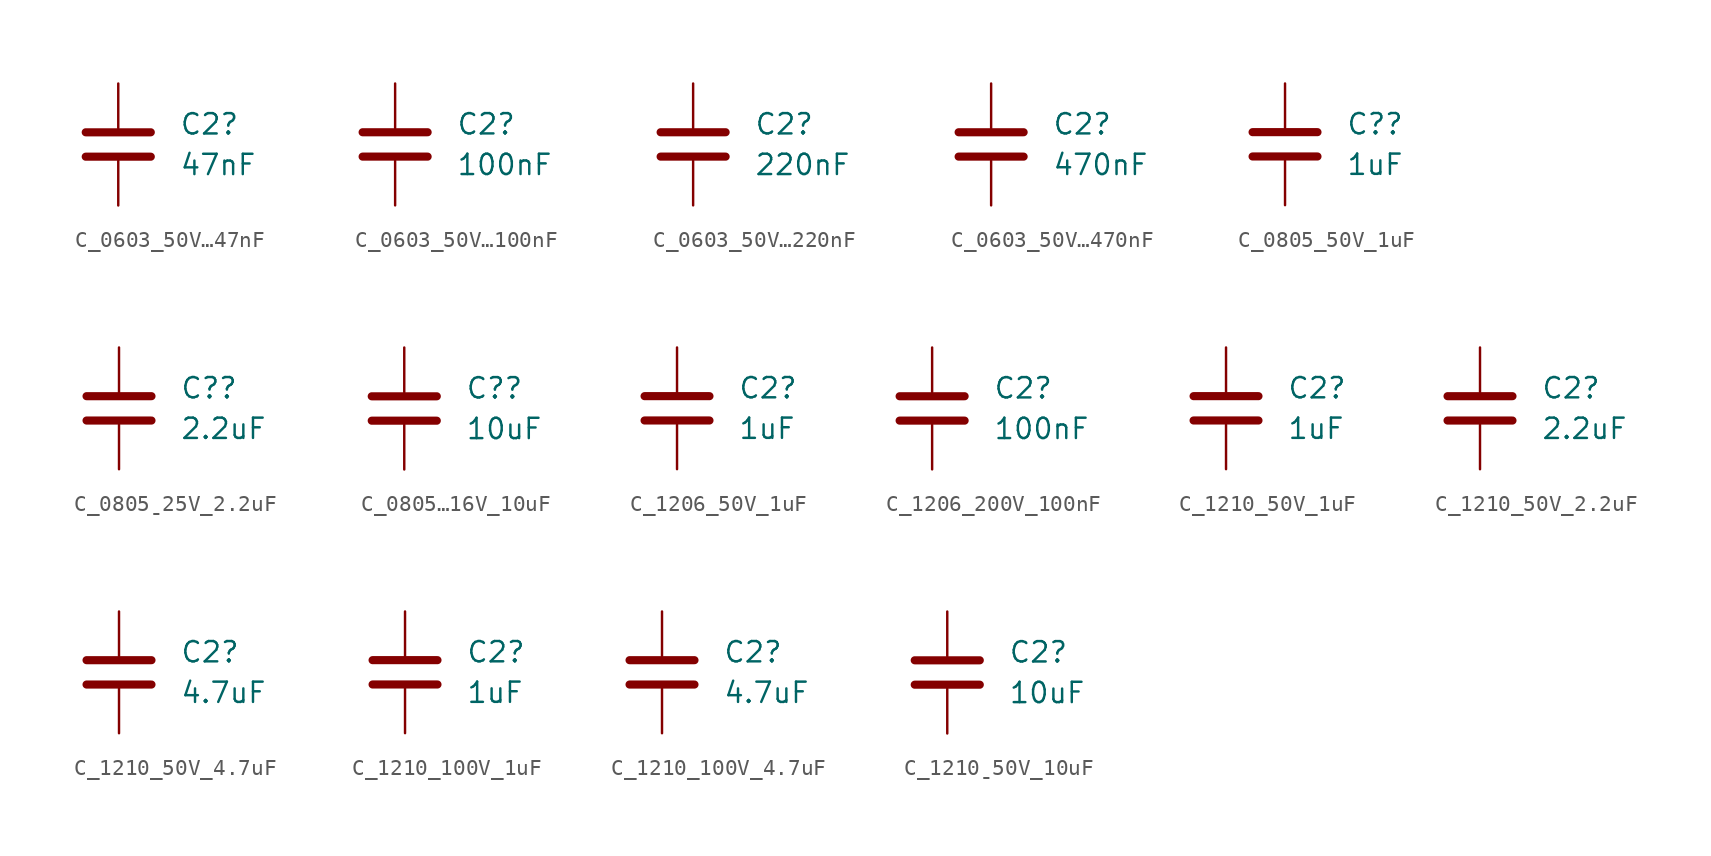
<source format=kicad_sym>
(kicad_symbol_lib
  (version 20231120)
  (generator "kicad_symbol_editor")
  (generator_version "8.0")
  (symbol "C_0603_50V…47nF"
    (pin_numbers hide)
    (pin_names
      (offset 0.254))
    (property "Reference" "C2"
      (at 3.81 1.27 0)
      (effects (font (size 1.27 1.27)) (justify left)))
    (property "Value" "47nF"
      (at 3.81 -1.27 0)
      (effects (font (size 1.27 1.27)) (justify left)))
    (symbol "C_0603_50V…47nF_0_1"
      (polyline (pts (xy -2.032 -0.762) (xy 2.032 -0.762)) (stroke (width 0.508) (type default)) (fill (type none)))
      (polyline (pts (xy -2.032 0.762) (xy 2.032 0.762)) (stroke (width 0.508) (type default)) (fill (type none))))
    (symbol "C_0603_50V…47nF_1_1"
      (pin passive line (at 0 3.81 270) (length 2.794) (name "~" (effects (font (size 1.27 1.27)))) (number "1" (effects (font (size 1.27 1.27)))))
      (pin passive line (at 0 -3.81 90) (length 2.794) (name "~" (effects (font (size 1.27 1.27)))) (number "2" (effects (font (size 1.27 1.27)))))))
  (symbol "C_0603_50V…100nF"
    (pin_numbers hide)
    (pin_names
      (offset 0.254))
    (property "Reference" "C2"
      (at 3.81 1.27 0)
      (effects (font (size 1.27 1.27)) (justify left)))
    (property "Value" "100nF"
      (at 3.81 -1.27 0)
      (effects (font (size 1.27 1.27)) (justify left)))
    (symbol "C_0603_50V…100nF_0_1"
      (polyline (pts (xy -2.032 -0.762) (xy 2.032 -0.762)) (stroke (width 0.508) (type default)) (fill (type none)))
      (polyline (pts (xy -2.032 0.762) (xy 2.032 0.762)) (stroke (width 0.508) (type default)) (fill (type none))))
    (symbol "C_0603_50V…100nF_1_1"
      (pin passive line (at 0 3.81 270) (length 2.794) (name "~" (effects (font (size 1.27 1.27)))) (number "1" (effects (font (size 1.27 1.27)))))
      (pin passive line (at 0 -3.81 90) (length 2.794) (name "~" (effects (font (size 1.27 1.27)))) (number "2" (effects (font (size 1.27 1.27)))))))
  (symbol "C_0603_50V…220nF"
    (pin_numbers hide)
    (pin_names
      (offset 0.254))
    (property "Reference" "C2"
      (at 3.81 1.27 0)
      (effects (font (size 1.27 1.27)) (justify left)))
    (property "Value" "220nF"
      (at 3.81 -1.27 0)
      (effects (font (size 1.27 1.27)) (justify left)))
    (symbol "C_0603_50V…220nF_0_1"
      (polyline (pts (xy -2.032 -0.762) (xy 2.032 -0.762)) (stroke (width 0.508) (type default)) (fill (type none)))
      (polyline (pts (xy -2.032 0.762) (xy 2.032 0.762)) (stroke (width 0.508) (type default)) (fill (type none))))
    (symbol "C_0603_50V…220nF_1_1"
      (pin passive line (at 0 3.81 270) (length 2.794) (name "~" (effects (font (size 1.27 1.27)))) (number "1" (effects (font (size 1.27 1.27)))))
      (pin passive line (at 0 -3.81 90) (length 2.794) (name "~" (effects (font (size 1.27 1.27)))) (number "2" (effects (font (size 1.27 1.27)))))))
  (symbol "C_0603_50V…470nF"
    (pin_numbers hide)
    (pin_names
      (offset 0.254))
    (property "Reference" "C2"
      (at 3.81 1.27 0)
      (effects (font (size 1.27 1.27)) (justify left)))
    (property "Value" "470nF"
      (at 3.81 -1.27 0)
      (effects (font (size 1.27 1.27)) (justify left)))
    (symbol "C_0603_50V…470nF_0_1"
      (polyline (pts (xy -2.032 -0.762) (xy 2.032 -0.762)) (stroke (width 0.508) (type default)) (fill (type none)))
      (polyline (pts (xy -2.032 0.762) (xy 2.032 0.762)) (stroke (width 0.508) (type default)) (fill (type none))))
    (symbol "C_0603_50V…470nF_1_1"
      (pin passive line (at 0 3.81 270) (length 2.794) (name "~" (effects (font (size 1.27 1.27)))) (number "1" (effects (font (size 1.27 1.27)))))
      (pin passive line (at 0 -3.81 90) (length 2.794) (name "~" (effects (font (size 1.27 1.27)))) (number "2" (effects (font (size 1.27 1.27)))))))
  (symbol "C_0805_50V_1uF"
    (pin_numbers hide)
    (pin_names
      (offset 0.254))
    (property "Reference" "C?"
      (at 3.81 1.27 0)
      (effects (font (size 1.27 1.27)) (justify left)))
    (property "Value" "1uF"
      (at 3.81 -1.27 0)
      (effects (font (size 1.27 1.27)) (justify left)))
    (symbol "C_0805_50V_1uF_0_1"
      (polyline (pts (xy -2.032 -0.762) (xy 2.032 -0.762)) (stroke (width 0.508) (type default)) (fill (type none)))
      (polyline (pts (xy -2.032 0.762) (xy 2.032 0.762)) (stroke (width 0.508) (type default)) (fill (type none))))
    (symbol "C_0805_50V_1uF_1_1"
      (pin passive line (at 0 3.81 270) (length 2.794) (name "~" (effects (font (size 1.27 1.27)))) (number "1" (effects (font (size 1.27 1.27)))))
      (pin passive line (at 0 -3.81 90) (length 2.794) (name "~" (effects (font (size 1.27 1.27)))) (number "2" (effects (font (size 1.27 1.27)))))))
  (symbol "C_0805ˍ25V_2.2uF"
    (pin_numbers hide)
    (pin_names
      (offset 0.254))
    (property "Reference" "C?"
      (at 3.81 1.27 0)
      (effects (font (size 1.27 1.27)) (justify left)))
    (property "Value" "2.2uF"
      (at 3.81 -1.27 0)
      (effects (font (size 1.27 1.27)) (justify left)))
    (symbol "C_0805ˍ25V_2.2uF_0_1"
      (polyline (pts (xy -2.032 -0.762) (xy 2.032 -0.762)) (stroke (width 0.508) (type default)) (fill (type none)))
      (polyline (pts (xy -2.032 0.762) (xy 2.032 0.762)) (stroke (width 0.508) (type default)) (fill (type none))))
    (symbol "C_0805ˍ25V_2.2uF_1_1"
      (pin passive line (at 0 3.81 270) (length 2.794) (name "~" (effects (font (size 1.27 1.27)))) (number "1" (effects (font (size 1.27 1.27)))))
      (pin passive line (at 0 -3.81 90) (length 2.794) (name "~" (effects (font (size 1.27 1.27)))) (number "2" (effects (font (size 1.27 1.27)))))))
  (symbol "C_0805…16V_10uF"
    (pin_numbers hide)
    (pin_names
      (offset 0.254))
    (property "Reference" "C?"
      (at 3.81 1.27 0)
      (effects (font (size 1.27 1.27)) (justify left)))
    (property "Value" "10uF"
      (at 3.81 -1.27 0)
      (effects (font (size 1.27 1.27)) (justify left)))
    (symbol "C_0805…16V_10uF_0_1"
      (polyline (pts (xy -2.032 -0.762) (xy 2.032 -0.762)) (stroke (width 0.508) (type default)) (fill (type none)))
      (polyline (pts (xy -2.032 0.762) (xy 2.032 0.762)) (stroke (width 0.508) (type default)) (fill (type none))))
    (symbol "C_0805…16V_10uF_1_1"
      (pin passive line (at 0 3.81 270) (length 2.794) (name "~" (effects (font (size 1.27 1.27)))) (number "1" (effects (font (size 1.27 1.27)))))
      (pin passive line (at 0 -3.81 90) (length 2.794) (name "~" (effects (font (size 1.27 1.27)))) (number "2" (effects (font (size 1.27 1.27)))))))
  (symbol "C_1206_50V_1uF"
    (pin_numbers hide)
    (pin_names
      (offset 0.254))
    (property "Reference" "C2"
      (at 3.81 1.27 0)
      (effects (font (size 1.27 1.27)) (justify left)))
    (property "Value" "1uF"
      (at 3.81 -1.27 0)
      (effects (font (size 1.27 1.27)) (justify left)))
    (symbol "C_1206_50V_1uF_0_1"
      (polyline (pts (xy -2.032 -0.762) (xy 2.032 -0.762)) (stroke (width 0.508) (type default)) (fill (type none)))
      (polyline (pts (xy -2.032 0.762) (xy 2.032 0.762)) (stroke (width 0.508) (type default)) (fill (type none))))
    (symbol "C_1206_50V_1uF_1_1"
      (pin passive line (at 0 3.81 270) (length 2.794) (name "~" (effects (font (size 1.27 1.27)))) (number "1" (effects (font (size 1.27 1.27)))))
      (pin passive line (at 0 -3.81 90) (length 2.794) (name "~" (effects (font (size 1.27 1.27)))) (number "2" (effects (font (size 1.27 1.27)))))))
  (symbol "C_1206_200V_100nF"
    (pin_numbers hide)
    (pin_names
      (offset 0.254))
    (property "Reference" "C2"
      (at 3.81 1.27 0)
      (effects (font (size 1.27 1.27)) (justify left)))
    (property "Value" "100nF"
      (at 3.81 -1.27 0)
      (effects (font (size 1.27 1.27)) (justify left)))
    (symbol "C_1206_200V_100nF_0_1"
      (polyline (pts (xy -2.032 -0.762) (xy 2.032 -0.762)) (stroke (width 0.508) (type default)) (fill (type none)))
      (polyline (pts (xy -2.032 0.762) (xy 2.032 0.762)) (stroke (width 0.508) (type default)) (fill (type none))))
    (symbol "C_1206_200V_100nF_1_1"
      (pin passive line (at 0 3.81 270) (length 2.794) (name "~" (effects (font (size 1.27 1.27)))) (number "1" (effects (font (size 1.27 1.27)))))
      (pin passive line (at 0 -3.81 90) (length 2.794) (name "~" (effects (font (size 1.27 1.27)))) (number "2" (effects (font (size 1.27 1.27)))))))
  (symbol "C_1210_50V_1uF"
    (pin_numbers hide)
    (pin_names
      (offset 0.254))
    (property "Reference" "C2"
      (at 3.81 1.27 0)
      (effects (font (size 1.27 1.27)) (justify left)))
    (property "Value" "1uF"
      (at 3.81 -1.27 0)
      (effects (font (size 1.27 1.27)) (justify left)))
    (symbol "C_1210_50V_1uF_0_1"
      (polyline (pts (xy -2.032 -0.762) (xy 2.032 -0.762)) (stroke (width 0.508) (type default)) (fill (type none)))
      (polyline (pts (xy -2.032 0.762) (xy 2.032 0.762)) (stroke (width 0.508) (type default)) (fill (type none))))
    (symbol "C_1210_50V_1uF_1_1"
      (pin passive line (at 0 3.81 270) (length 2.794) (name "~" (effects (font (size 1.27 1.27)))) (number "1" (effects (font (size 1.27 1.27)))))
      (pin passive line (at 0 -3.81 90) (length 2.794) (name "~" (effects (font (size 1.27 1.27)))) (number "2" (effects (font (size 1.27 1.27)))))))
  (symbol "C_1210_50V_2.2uF"
    (pin_numbers hide)
    (pin_names
      (offset 0.254))
    (property "Reference" "C2"
      (at 3.81 1.27 0)
      (effects (font (size 1.27 1.27)) (justify left)))
    (property "Value" "2.2uF"
      (at 3.81 -1.27 0)
      (effects (font (size 1.27 1.27)) (justify left)))
    (symbol "C_1210_50V_2.2uF_0_1"
      (polyline (pts (xy -2.032 -0.762) (xy 2.032 -0.762)) (stroke (width 0.508) (type default)) (fill (type none)))
      (polyline (pts (xy -2.032 0.762) (xy 2.032 0.762)) (stroke (width 0.508) (type default)) (fill (type none))))
    (symbol "C_1210_50V_2.2uF_1_1"
      (pin passive line (at 0 3.81 270) (length 2.794) (name "~" (effects (font (size 1.27 1.27)))) (number "1" (effects (font (size 1.27 1.27)))))
      (pin passive line (at 0 -3.81 90) (length 2.794) (name "~" (effects (font (size 1.27 1.27)))) (number "2" (effects (font (size 1.27 1.27)))))))
  (symbol "C_1210_50V_4.7uF"
    (pin_numbers hide)
    (pin_names
      (offset 0.254))
    (property "Reference" "C2"
      (at 3.81 1.27 0)
      (effects (font (size 1.27 1.27)) (justify left)))
    (property "Value" "4.7uF"
      (at 3.81 -1.27 0)
      (effects (font (size 1.27 1.27)) (justify left)))
    (symbol "C_1210_50V_4.7uF_0_1"
      (polyline (pts (xy -2.032 -0.762) (xy 2.032 -0.762)) (stroke (width 0.508) (type default)) (fill (type none)))
      (polyline (pts (xy -2.032 0.762) (xy 2.032 0.762)) (stroke (width 0.508) (type default)) (fill (type none))))
    (symbol "C_1210_50V_4.7uF_1_1"
      (pin passive line (at 0 3.81 270) (length 2.794) (name "~" (effects (font (size 1.27 1.27)))) (number "1" (effects (font (size 1.27 1.27)))))
      (pin passive line (at 0 -3.81 90) (length 2.794) (name "~" (effects (font (size 1.27 1.27)))) (number "2" (effects (font (size 1.27 1.27)))))))
  (symbol "C_1210_100V_1uF"
    (pin_numbers hide)
    (pin_names
      (offset 0.254))
    (property "Reference" "C2"
      (at 3.81 1.27 0)
      (effects (font (size 1.27 1.27)) (justify left)))
    (property "Value" "1uF"
      (at 3.81 -1.27 0)
      (effects (font (size 1.27 1.27)) (justify left)))
    (symbol "C_1210_100V_1uF_0_1"
      (polyline (pts (xy -2.032 -0.762) (xy 2.032 -0.762)) (stroke (width 0.508) (type default)) (fill (type none)))
      (polyline (pts (xy -2.032 0.762) (xy 2.032 0.762)) (stroke (width 0.508) (type default)) (fill (type none))))
    (symbol "C_1210_100V_1uF_1_1"
      (pin passive line (at 0 3.81 270) (length 2.794) (name "~" (effects (font (size 1.27 1.27)))) (number "1" (effects (font (size 1.27 1.27)))))
      (pin passive line (at 0 -3.81 90) (length 2.794) (name "~" (effects (font (size 1.27 1.27)))) (number "2" (effects (font (size 1.27 1.27)))))))
  (symbol "C_1210_100V_4.7uF"
    (pin_numbers hide)
    (pin_names
      (offset 0.254))
    (property "Reference" "C2"
      (at 3.81 1.27 0)
      (effects (font (size 1.27 1.27)) (justify left)))
    (property "Value" "4.7uF"
      (at 3.81 -1.27 0)
      (effects (font (size 1.27 1.27)) (justify left)))
    (symbol "C_1210_100V_4.7uF_0_1"
      (polyline (pts (xy -2.032 -0.762) (xy 2.032 -0.762)) (stroke (width 0.508) (type default)) (fill (type none)))
      (polyline (pts (xy -2.032 0.762) (xy 2.032 0.762)) (stroke (width 0.508) (type default)) (fill (type none))))
    (symbol "C_1210_100V_4.7uF_1_1"
      (pin passive line (at 0 3.81 270) (length 2.794) (name "~" (effects (font (size 1.27 1.27)))) (number "1" (effects (font (size 1.27 1.27)))))
      (pin passive line (at 0 -3.81 90) (length 2.794) (name "~" (effects (font (size 1.27 1.27)))) (number "2" (effects (font (size 1.27 1.27)))))))
  (symbol "C_1210ˍ50V_10uF"
    (pin_numbers hide)
    (pin_names
      (offset 0.254))
    (property "Reference" "C2"
      (at 3.81 1.27 0)
      (effects (font (size 1.27 1.27)) (justify left)))
    (property "Value" "10uF"
      (at 3.81 -1.27 0)
      (effects (font (size 1.27 1.27)) (justify left)))
    (symbol "C_1210ˍ50V_10uF_0_1"
      (polyline (pts (xy -2.032 -0.762) (xy 2.032 -0.762)) (stroke (width 0.508) (type default)) (fill (type none)))
      (polyline (pts (xy -2.032 0.762) (xy 2.032 0.762)) (stroke (width 0.508) (type default)) (fill (type none))))
    (symbol "C_1210ˍ50V_10uF_1_1"
      (pin passive line (at 0 3.81 270) (length 2.794) (name "~" (effects (font (size 1.27 1.27)))) (number "1" (effects (font (size 1.27 1.27)))))
      (pin passive line (at 0 -3.81 90) (length 2.794) (name "~" (effects (font (size 1.27 1.27)))) (number "2" (effects (font (size 1.27 1.27))))))))
</source>
